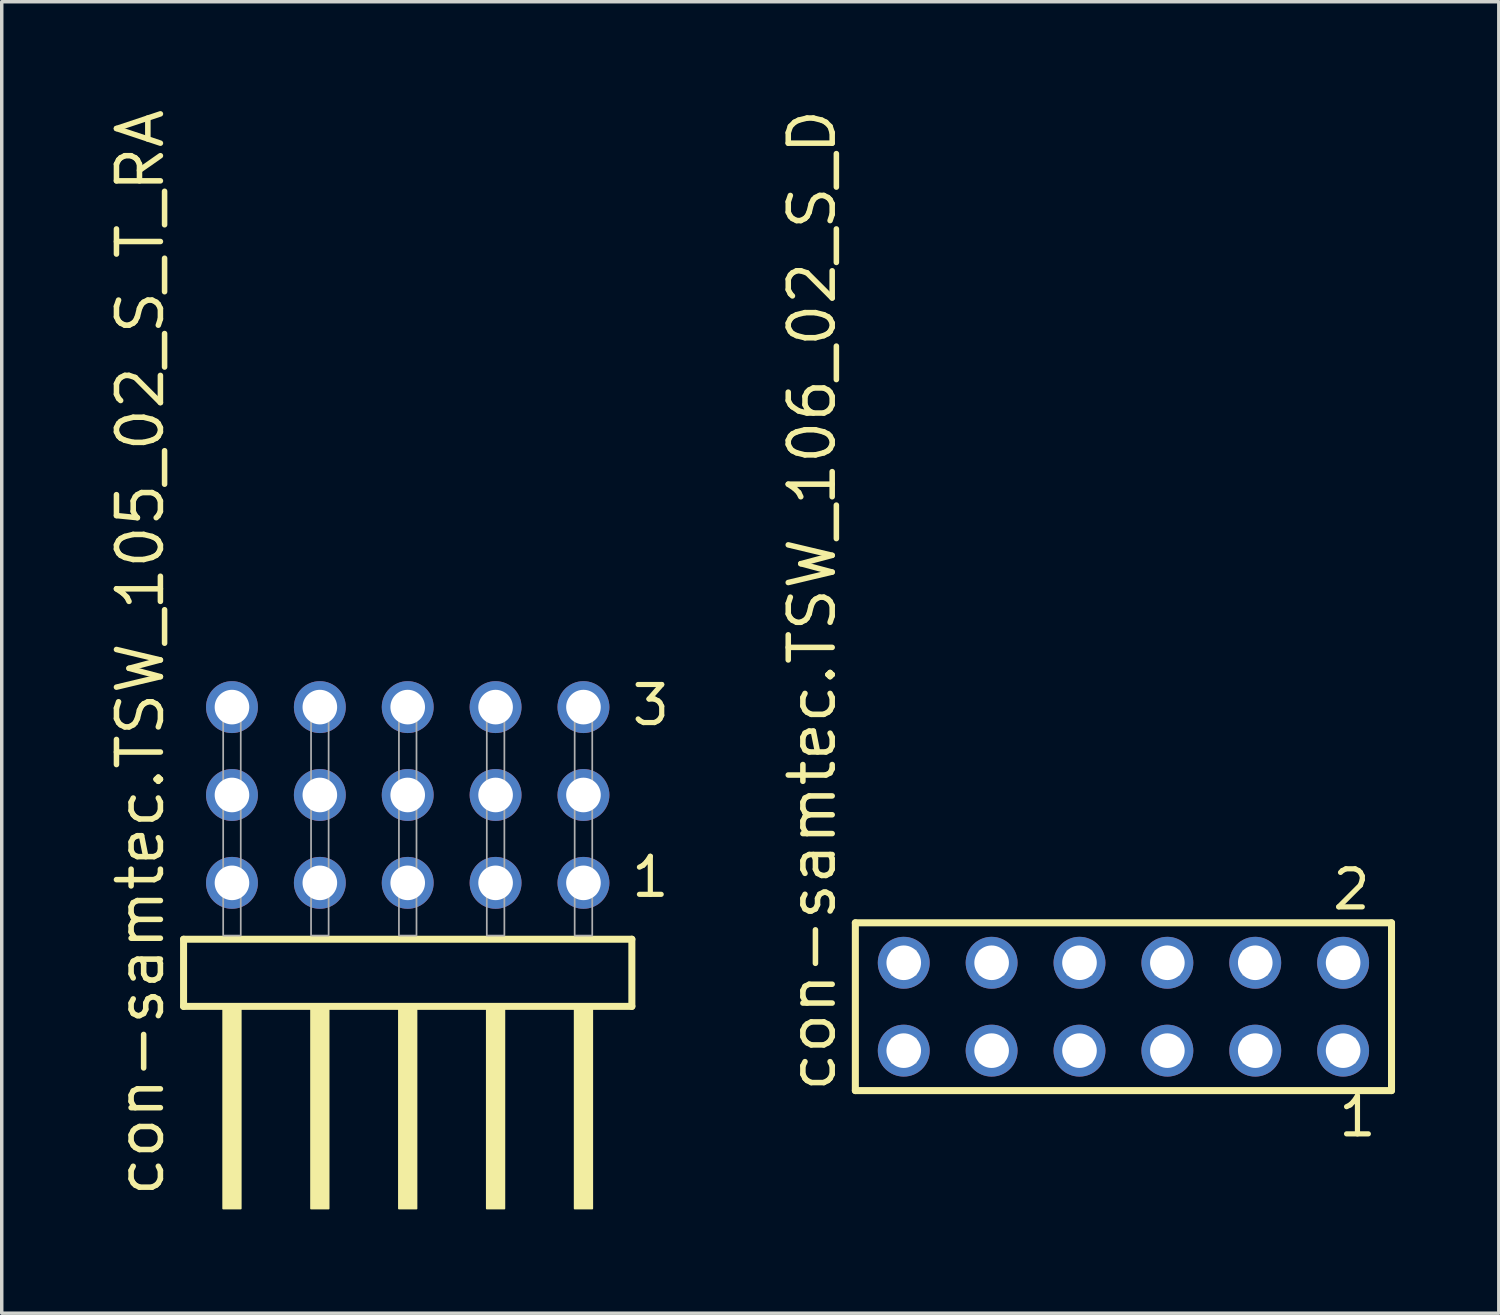
<source format=kicad_pcb>
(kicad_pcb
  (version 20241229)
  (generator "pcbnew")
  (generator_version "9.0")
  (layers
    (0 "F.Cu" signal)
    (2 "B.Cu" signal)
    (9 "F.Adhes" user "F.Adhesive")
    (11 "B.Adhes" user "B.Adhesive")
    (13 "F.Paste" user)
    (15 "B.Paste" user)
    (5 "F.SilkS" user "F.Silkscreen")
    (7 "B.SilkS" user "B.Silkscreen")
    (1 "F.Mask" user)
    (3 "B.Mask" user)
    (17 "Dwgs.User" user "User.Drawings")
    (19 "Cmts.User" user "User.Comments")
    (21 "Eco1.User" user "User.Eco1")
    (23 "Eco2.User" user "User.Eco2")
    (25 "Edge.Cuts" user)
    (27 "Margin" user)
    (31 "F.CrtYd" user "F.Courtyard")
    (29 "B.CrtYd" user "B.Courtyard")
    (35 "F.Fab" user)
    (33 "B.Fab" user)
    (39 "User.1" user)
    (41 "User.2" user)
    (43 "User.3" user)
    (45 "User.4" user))
  (footprint "con-samtec.TSW_105_02_S_T_RA"
    (layer "F.Cu")
    (at 8.735 23.993)
    (property "Reference" "con-samtec.TSW_105_02_S_T_RA" (at -6.985 7.62 90) (layer "F.SilkS") (effects (font (size 1.27 1.27) (thickness 0.16)) (justify left bottom)))
    (attr through_hole)
    (fp_line (start -6.479 0.106) (end -6.479 2.046) (stroke (width 0.203) (type default)) (layer "F.SilkS"))
    (fp_line (start -6.479 2.046) (end 6.479 2.046) (stroke (width 0.203) (type default)) (layer "F.SilkS"))
    (fp_line (start 6.479 0.106) (end -6.479 0.106) (stroke (width 0.203) (type default)) (layer "F.SilkS"))
    (fp_line (start 6.479 2.046) (end 6.479 0.106) (stroke (width 0.203) (type default)) (layer "F.SilkS"))
    (fp_rect (start -5.334 7.89) (end -4.826 2.04) (stroke (width 0.05) (type default)) (fill yes) (layer "F.SilkS"))
    (fp_rect (start -2.794 7.89) (end -2.286 2.04) (stroke (width 0.05) (type default)) (fill yes) (layer "F.SilkS"))
    (fp_rect (start -0.254 7.89) (end 0.254 2.04) (stroke (width 0.05) (type default)) (fill yes) (layer "F.SilkS"))
    (fp_rect (start 2.286 7.89) (end 2.794 2.04) (stroke (width 0.05) (type default)) (fill yes) (layer "F.SilkS"))
    (fp_rect (start 4.826 7.89) (end 5.334 2.04) (stroke (width 0.05) (type default)) (fill yes) (layer "F.SilkS"))
    (fp_rect (start -5.334 0) (end -4.826 -6.858) (stroke (width 0.05) (type default)) (fill no) (layer "F.Fab"))
    (fp_rect (start -2.794 0) (end -2.286 -6.858) (stroke (width 0.05) (type default)) (fill no) (layer "F.Fab"))
    (fp_rect (start -0.254 0) (end 0.254 -6.858) (stroke (width 0.05) (type default)) (fill no) (layer "F.Fab"))
    (fp_rect (start 2.286 0) (end 2.794 -6.858) (stroke (width 0.05) (type default)) (fill no) (layer "F.Fab"))
    (fp_rect (start 4.826 0) (end 5.334 -6.858) (stroke (width 0.05) (type default)) (fill no) (layer "F.Fab"))
    (fp_text user "1" (at 6.39 -1.05 0) (layer "F.SilkS") (effects (font (size 1.1 1.1) (thickness 0.15)) (justify left bottom)))
    (fp_text user "3" (at 6.405 -6.015 0) (layer "F.SilkS") (effects (font (size 1.1 1.1) (thickness 0.15)) (justify left bottom)))
    (pad "1" thru_hole circle (at 5.08 -1.524 180) (size 1.5 1.5) (drill 1) (layers "*.Cu" "*.Mask"))
    (pad "2" thru_hole circle (at 5.08 -4.064 180) (size 1.5 1.5) (drill 1) (layers "*.Cu" "*.Mask"))
    (pad "3" thru_hole circle (at 5.08 -6.604 180) (size 1.5 1.5) (drill 1) (layers "*.Cu" "*.Mask"))
    (pad "4" thru_hole circle (at 2.54 -1.524 180) (size 1.5 1.5) (drill 1) (layers "*.Cu" "*.Mask"))
    (pad "5" thru_hole circle (at 2.54 -4.064 180) (size 1.5 1.5) (drill 1) (layers "*.Cu" "*.Mask"))
    (pad "6" thru_hole circle (at 2.54 -6.604 180) (size 1.5 1.5) (drill 1) (layers "*.Cu" "*.Mask"))
    (pad "7" thru_hole circle (at 0 -1.524 180) (size 1.5 1.5) (drill 1) (layers "*.Cu" "*.Mask"))
    (pad "8" thru_hole circle (at 0 -4.064 180) (size 1.5 1.5) (drill 1) (layers "*.Cu" "*.Mask"))
    (pad "9" thru_hole circle (at 0 -6.604 180) (size 1.5 1.5) (drill 1) (layers "*.Cu" "*.Mask"))
    (pad "10" thru_hole circle (at -2.54 -1.524 180) (size 1.5 1.5) (drill 1) (layers "*.Cu" "*.Mask"))
    (pad "11" thru_hole circle (at -2.54 -4.064 180) (size 1.5 1.5) (drill 1) (layers "*.Cu" "*.Mask"))
    (pad "12" thru_hole circle (at -2.54 -6.604 180) (size 1.5 1.5) (drill 1) (layers "*.Cu" "*.Mask"))
    (pad "13" thru_hole circle (at -5.08 -1.524 180) (size 1.5 1.5) (drill 1) (layers "*.Cu" "*.Mask"))
    (pad "14" thru_hole circle (at -5.08 -4.064 180) (size 1.5 1.5) (drill 1) (layers "*.Cu" "*.Mask"))
    (pad "15" thru_hole circle (at -5.08 -6.604 180) (size 1.5 1.5) (drill 1) (layers "*.Cu" "*.Mask")))
  (footprint "con-samtec.TSW_106_02_S_D"
    (layer "F.Cu")
    (at 29.423 26.049)
    (property "Reference" "con-samtec.TSW_106_02_S_D" (at -8.255 2.54 90) (layer "F.SilkS") (effects (font (size 1.27 1.27) (thickness 0.16)) (justify left bottom)))
    (attr through_hole)
    (fp_line (start -7.749 -2.425) (end 7.749 -2.425) (stroke (width 0.203) (type default)) (layer "F.SilkS"))
    (fp_line (start -7.749 2.425) (end -7.749 -2.425) (stroke (width 0.203) (type default)) (layer "F.SilkS"))
    (fp_line (start 7.749 -2.425) (end 7.749 2.425) (stroke (width 0.203) (type default)) (layer "F.SilkS"))
    (fp_line (start 7.749 2.425) (end -7.749 2.425) (stroke (width 0.203) (type default)) (layer "F.SilkS"))
    (fp_rect (start -6.7 -0.92) (end -6 -1.62) (stroke (width 0.05) (type default)) (fill no) (layer "F.Fab"))
    (fp_rect (start -6.7 1.62) (end -6 0.92) (stroke (width 0.05) (type default)) (fill no) (layer "F.Fab"))
    (fp_rect (start -4.16 -0.92) (end -3.46 -1.62) (stroke (width 0.05) (type default)) (fill no) (layer "F.Fab"))
    (fp_rect (start -4.16 1.62) (end -3.46 0.92) (stroke (width 0.05) (type default)) (fill no) (layer "F.Fab"))
    (fp_rect (start -1.62 -0.92) (end -0.92 -1.62) (stroke (width 0.05) (type default)) (fill no) (layer "F.Fab"))
    (fp_rect (start -1.62 1.62) (end -0.92 0.92) (stroke (width 0.05) (type default)) (fill no) (layer "F.Fab"))
    (fp_rect (start 0.92 -0.92) (end 1.62 -1.62) (stroke (width 0.05) (type default)) (fill no) (layer "F.Fab"))
    (fp_rect (start 0.92 1.62) (end 1.62 0.92) (stroke (width 0.05) (type default)) (fill no) (layer "F.Fab"))
    (fp_rect (start 3.46 -0.92) (end 4.16 -1.62) (stroke (width 0.05) (type default)) (fill no) (layer "F.Fab"))
    (fp_rect (start 3.46 1.62) (end 4.16 0.92) (stroke (width 0.05) (type default)) (fill no) (layer "F.Fab"))
    (fp_rect (start 6 -0.92) (end 6.7 -1.62) (stroke (width 0.05) (type default)) (fill no) (layer "F.Fab"))
    (fp_rect (start 6 1.62) (end 6.7 0.92) (stroke (width 0.05) (type default)) (fill no) (layer "F.Fab"))
    (fp_text user "1" (at 6.142 3.818 0) (layer "F.SilkS") (effects (font (size 1.1 1.1) (thickness 0.15)) (justify left bottom)))
    (fp_text user "2" (at 5.967 -2.744 0) (layer "F.SilkS") (effects (font (size 1.1 1.1) (thickness 0.15)) (justify left bottom)))
    (pad "1" thru_hole circle (at 6.35 1.27 180) (size 1.5 1.5) (drill 1) (layers "*.Cu" "*.Mask"))
    (pad "2" thru_hole circle (at 6.35 -1.27 180) (size 1.5 1.5) (drill 1) (layers "*.Cu" "*.Mask"))
    (pad "3" thru_hole circle (at 3.81 1.27 180) (size 1.5 1.5) (drill 1) (layers "*.Cu" "*.Mask"))
    (pad "4" thru_hole circle (at 3.81 -1.27 180) (size 1.5 1.5) (drill 1) (layers "*.Cu" "*.Mask"))
    (pad "5" thru_hole circle (at 1.27 1.27 180) (size 1.5 1.5) (drill 1) (layers "*.Cu" "*.Mask"))
    (pad "6" thru_hole circle (at 1.27 -1.27 180) (size 1.5 1.5) (drill 1) (layers "*.Cu" "*.Mask"))
    (pad "7" thru_hole circle (at -1.27 1.27 180) (size 1.5 1.5) (drill 1) (layers "*.Cu" "*.Mask"))
    (pad "8" thru_hole circle (at -1.27 -1.27 180) (size 1.5 1.5) (drill 1) (layers "*.Cu" "*.Mask"))
    (pad "9" thru_hole circle (at -3.81 1.27 180) (size 1.5 1.5) (drill 1) (layers "*.Cu" "*.Mask"))
    (pad "10" thru_hole circle (at -3.81 -1.27 180) (size 1.5 1.5) (drill 1) (layers "*.Cu" "*.Mask"))
    (pad "11" thru_hole circle (at -6.35 1.27 180) (size 1.5 1.5) (drill 1) (layers "*.Cu" "*.Mask"))
    (pad "12" thru_hole circle (at -6.35 -1.27 180) (size 1.5 1.5) (drill 1) (layers "*.Cu" "*.Mask")))
  (gr_rect
    (start -3 -3)
    (end 40.273 34.908)
    (stroke (width 0.1) (type default))
    (fill no)
    (layer "Edge.Cuts")))
</source>
